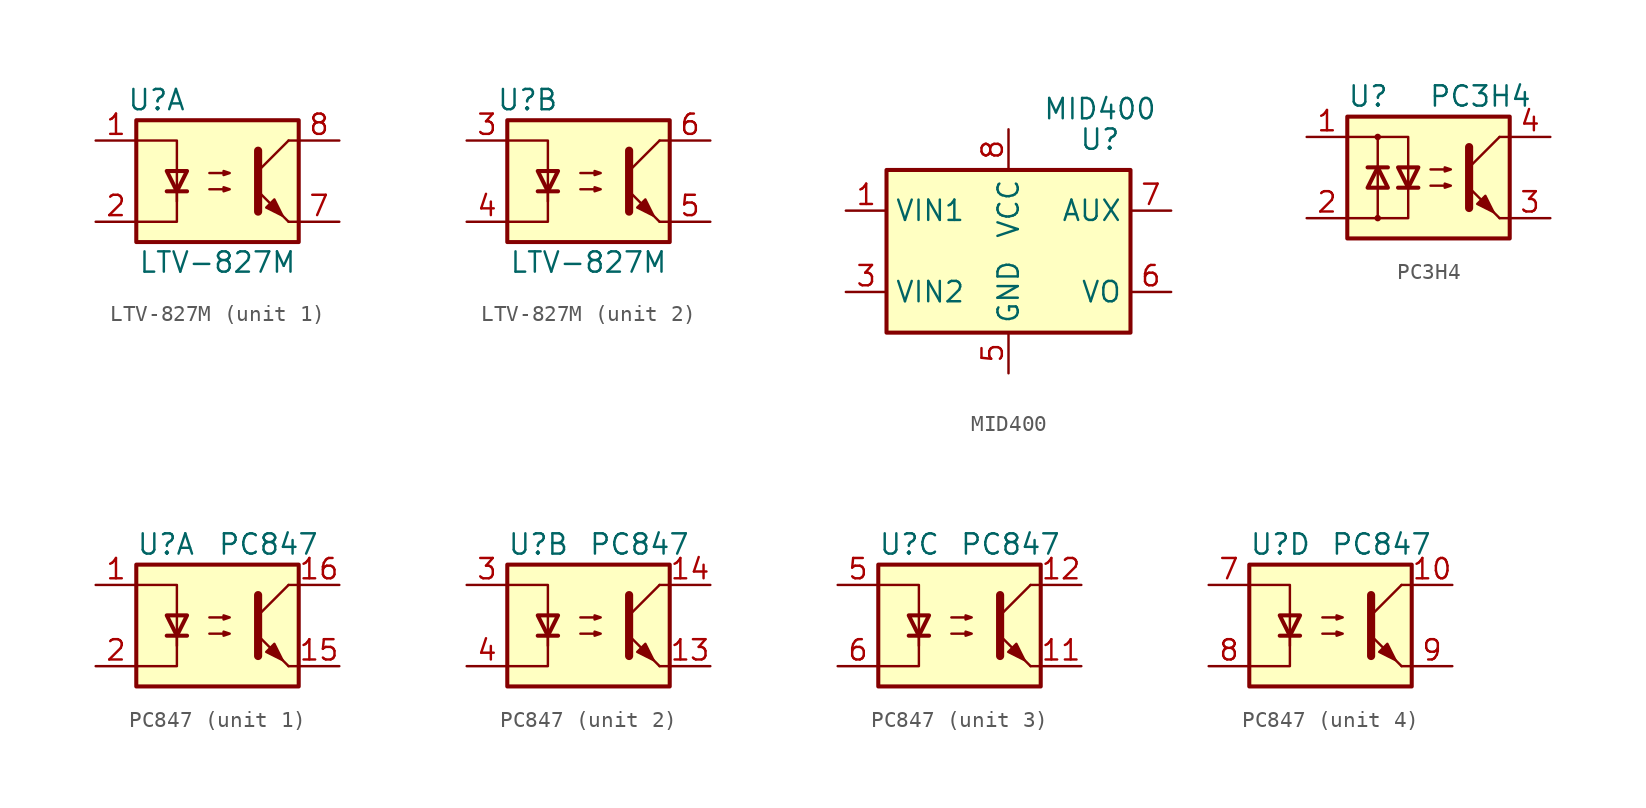
<source format=kicad_sym>
(kicad_symbol_lib
  (version 20220914)
  (generator kicad_symbol_editor)
  (symbol "LTV-827M"
    (pin_names
      (offset 1.016))
    (property "Reference" "U"
      (at -3.81 5.08 0)
      (effects (font (size 1.27 1.27))))
    (property "Value" "LTV-827M"
      (at 0 -5.08 0)
      (effects (font (size 1.27 1.27))))
    (symbol "LTV-827M_0_1"
      (rectangle (start -5.08 3.81) (end 5.08 -3.81) (stroke (width 0.254) (type default)) (fill (type background)))
      (polyline (pts (xy -3.175 -0.635) (xy -1.905 -0.635)) (stroke (width 0.254) (type default)) (fill (type none)))
      (polyline (pts (xy 2.54 0.635) (xy 4.445 2.54)) (stroke (width 0) (type default)) (fill (type none)))
      (polyline (pts (xy 4.445 -2.54) (xy 2.54 -0.635)) (stroke (width 0) (type default)) (fill (type outline)))
      (polyline (pts (xy 4.445 -2.54) (xy 5.08 -2.54)) (stroke (width 0) (type default)) (fill (type none)))
      (polyline (pts (xy 4.445 2.54) (xy 5.08 2.54)) (stroke (width 0) (type default)) (fill (type none)))
      (polyline (pts (xy -2.54 -0.635) (xy -2.54 -2.54) (xy -5.08 -2.54)) (stroke (width 0) (type default)) (fill (type none)))
      (polyline (pts (xy 2.54 1.905) (xy 2.54 -1.905) (xy 2.54 -1.905)) (stroke (width 0.508) (type default)) (fill (type none)))
      (polyline (pts (xy -5.08 2.54) (xy -2.54 2.54) (xy -2.54 -1.27) (xy -2.54 0.635)) (stroke (width 0) (type default)) (fill (type none)))
      (polyline (pts (xy -2.54 -0.635) (xy -3.175 0.635) (xy -1.905 0.635) (xy -2.54 -0.635)) (stroke (width 0.254) (type default)) (fill (type none)))
      (polyline (pts (xy -0.508 -0.508) (xy 0.762 -0.508) (xy 0.381 -0.635) (xy 0.381 -0.381) (xy 0.762 -0.508)) (stroke (width 0) (type default)) (fill (type none)))
      (polyline (pts (xy -0.508 0.508) (xy 0.762 0.508) (xy 0.381 0.381) (xy 0.381 0.635) (xy 0.762 0.508)) (stroke (width 0) (type default)) (fill (type none)))
      (polyline (pts (xy 3.048 -1.651) (xy 3.556 -1.143) (xy 4.064 -2.159) (xy 3.048 -1.651) (xy 3.048 -1.651)) (stroke (width 0) (type default)) (fill (type outline))))
    (symbol "LTV-827M_1_1"
      (pin passive line (at -7.62 2.54 0) (length 2.54) (name "~" (effects (font (size 1.27 1.27)))) (number "1" (effects (font (size 1.27 1.27)))))
      (pin passive line (at -7.62 -2.54 0) (length 2.54) (name "~" (effects (font (size 1.27 1.27)))) (number "2" (effects (font (size 1.27 1.27)))))
      (pin passive line (at 7.62 -2.54 180) (length 2.54) (name "~" (effects (font (size 1.27 1.27)))) (number "7" (effects (font (size 1.27 1.27)))))
      (pin passive line (at 7.62 2.54 180) (length 2.54) (name "~" (effects (font (size 1.27 1.27)))) (number "8" (effects (font (size 1.27 1.27))))))
    (symbol "LTV-827M_2_1"
      (pin passive line (at -7.62 2.54 0) (length 2.54) (name "~" (effects (font (size 1.27 1.27)))) (number "3" (effects (font (size 1.27 1.27)))))
      (pin passive line (at -7.62 -2.54 0) (length 2.54) (name "~" (effects (font (size 1.27 1.27)))) (number "4" (effects (font (size 1.27 1.27)))))
      (pin passive line (at 7.62 -2.54 180) (length 2.54) (name "~" (effects (font (size 1.27 1.27)))) (number "5" (effects (font (size 1.27 1.27)))))
      (pin passive line (at 7.62 2.54 180) (length 2.54) (name "~" (effects (font (size 1.27 1.27)))) (number "6" (effects (font (size 1.27 1.27)))))))
  (symbol "MID400"
    (property "Reference" "U"
      (at 5.715 6.985 0)
      (effects (font (size 1.27 1.27))))
    (property "Value" "MID400"
      (at 5.715 8.89 0)
      (effects (font (size 1.27 1.27))))
    (symbol "MID400_0_1"
      (rectangle (start -7.62 5.08) (end 7.62 -5.08) (stroke (width 0.254) (type default)) (fill (type background))))
    (symbol "MID400_1_1"
      (pin input line (at -10.16 2.54 0) (length 2.54) (name "VIN1" (effects (font (size 1.27 1.27)))) (number "1" (effects (font (size 1.27 1.27)))))
      (pin no_connect line (at -7.62 0 0) (length 2.54) hide (name "NC" (effects (font (size 1.27 1.27)))) (number "2" (effects (font (size 1.27 1.27)))))
      (pin input line (at -10.16 -2.54 0) (length 2.54) (name "VIN2" (effects (font (size 1.27 1.27)))) (number "3" (effects (font (size 1.27 1.27)))))
      (pin no_connect line (at 7.62 0 180) (length 2.54) hide (name "NC" (effects (font (size 1.27 1.27)))) (number "4" (effects (font (size 1.27 1.27)))))
      (pin power_in line (at 0 -7.62 90) (length 2.54) (name "GND" (effects (font (size 1.27 1.27)))) (number "5" (effects (font (size 1.27 1.27)))))
      (pin open_collector line (at 10.16 -2.54 180) (length 2.54) (name "VO" (effects (font (size 1.27 1.27)))) (number "6" (effects (font (size 1.27 1.27)))))
      (pin passive line (at 10.16 2.54 180) (length 2.54) (name "AUX" (effects (font (size 1.27 1.27)))) (number "7" (effects (font (size 1.27 1.27)))))
      (pin power_in line (at 0 7.62 270) (length 2.54) (name "VCC" (effects (font (size 1.27 1.27)))) (number "8" (effects (font (size 1.27 1.27)))))))
  (symbol "PC3H4"
    (pin_names
      (offset 1.016))
    (property "Reference" "U"
      (at -5.08 5.08 0)
      (effects (font (size 1.27 1.27)) (justify left)))
    (property "Value" "PC3H4"
      (at 0 5.08 0)
      (effects (font (size 1.27 1.27)) (justify left)))
    (symbol "PC3H4_0_1"
      (rectangle (start -5.08 3.81) (end 5.08 -3.81) (stroke (width 0.254) (type default)) (fill (type background)))
      (circle (center -3.175 -2.54) (radius 0.127) (stroke (width 0) (type default)) (fill (type none)))
      (circle (center -3.175 2.54) (radius 0.127) (stroke (width 0) (type default)) (fill (type none)))
      (polyline (pts (xy -3.81 0.635) (xy -2.54 0.635)) (stroke (width 0.254) (type default)) (fill (type none)))
      (polyline (pts (xy -3.175 -0.635) (xy -3.175 -2.54)) (stroke (width 0) (type default)) (fill (type none)))
      (polyline (pts (xy -3.175 -0.635) (xy -3.175 2.54)) (stroke (width 0) (type default)) (fill (type none)))
      (polyline (pts (xy -1.905 -0.635) (xy -0.635 -0.635)) (stroke (width 0.254) (type default)) (fill (type none)))
      (polyline (pts (xy 2.54 0.635) (xy 4.445 2.54)) (stroke (width 0) (type default)) (fill (type none)))
      (polyline (pts (xy 4.445 -2.54) (xy 2.54 -0.635)) (stroke (width 0) (type default)) (fill (type outline)))
      (polyline (pts (xy 4.445 -2.54) (xy 5.08 -2.54)) (stroke (width 0) (type default)) (fill (type none)))
      (polyline (pts (xy 4.445 2.54) (xy 5.08 2.54)) (stroke (width 0) (type default)) (fill (type none)))
      (polyline (pts (xy -5.08 2.54) (xy -1.27 2.54) (xy -1.27 -0.635)) (stroke (width 0) (type default)) (fill (type none)))
      (polyline (pts (xy -1.27 -0.635) (xy -1.27 -2.54) (xy -5.08 -2.54)) (stroke (width 0) (type default)) (fill (type none)))
      (polyline (pts (xy 2.54 1.905) (xy 2.54 -1.905) (xy 2.54 -1.905)) (stroke (width 0.508) (type default)) (fill (type none)))
      (polyline (pts (xy -3.175 0.635) (xy -3.81 -0.635) (xy -2.54 -0.635) (xy -3.175 0.635)) (stroke (width 0.254) (type default)) (fill (type none)))
      (polyline (pts (xy -1.27 -0.635) (xy -1.905 0.635) (xy -0.635 0.635) (xy -1.27 -0.635)) (stroke (width 0.254) (type default)) (fill (type none)))
      (polyline (pts (xy 0.127 -0.508) (xy 1.397 -0.508) (xy 1.016 -0.635) (xy 1.016 -0.381) (xy 1.397 -0.508)) (stroke (width 0) (type default)) (fill (type none)))
      (polyline (pts (xy 0.127 0.508) (xy 1.397 0.508) (xy 1.016 0.381) (xy 1.016 0.635) (xy 1.397 0.508)) (stroke (width 0) (type default)) (fill (type none)))
      (polyline (pts (xy 3.048 -1.651) (xy 3.556 -1.143) (xy 4.064 -2.159) (xy 3.048 -1.651) (xy 3.048 -1.651)) (stroke (width 0) (type default)) (fill (type outline))))
    (symbol "PC3H4_1_1"
      (pin passive line (at -7.62 2.54 0) (length 2.54) (name "~" (effects (font (size 1.27 1.27)))) (number "1" (effects (font (size 1.27 1.27)))))
      (pin passive line (at -7.62 -2.54 0) (length 2.54) (name "~" (effects (font (size 1.27 1.27)))) (number "2" (effects (font (size 1.27 1.27)))))
      (pin passive line (at 7.62 -2.54 180) (length 2.54) (name "~" (effects (font (size 1.27 1.27)))) (number "3" (effects (font (size 1.27 1.27)))))
      (pin passive line (at 7.62 2.54 180) (length 2.54) (name "~" (effects (font (size 1.27 1.27)))) (number "4" (effects (font (size 1.27 1.27)))))))
  (symbol "PC847"
    (pin_names
      (offset 1.016))
    (property "Reference" "U"
      (at -5.08 5.08 0)
      (effects (font (size 1.27 1.27)) (justify left)))
    (property "Value" "PC847"
      (at 0 5.08 0)
      (effects (font (size 1.27 1.27)) (justify left)))
    (symbol "PC847_0_1"
      (rectangle (start -5.08 3.81) (end 5.08 -3.81) (stroke (width 0.254) (type default)) (fill (type background)))
      (polyline (pts (xy -3.175 -0.635) (xy -1.905 -0.635)) (stroke (width 0.254) (type default)) (fill (type none)))
      (polyline (pts (xy 2.54 0.635) (xy 4.445 2.54)) (stroke (width 0) (type default)) (fill (type none)))
      (polyline (pts (xy 4.445 -2.54) (xy 2.54 -0.635)) (stroke (width 0) (type default)) (fill (type outline)))
      (polyline (pts (xy 4.445 -2.54) (xy 5.08 -2.54)) (stroke (width 0) (type default)) (fill (type none)))
      (polyline (pts (xy 4.445 2.54) (xy 5.08 2.54)) (stroke (width 0) (type default)) (fill (type none)))
      (polyline (pts (xy -2.54 -0.635) (xy -2.54 -2.54) (xy -5.08 -2.54)) (stroke (width 0) (type default)) (fill (type none)))
      (polyline (pts (xy 2.54 1.905) (xy 2.54 -1.905) (xy 2.54 -1.905)) (stroke (width 0.508) (type default)) (fill (type none)))
      (polyline (pts (xy -5.08 2.54) (xy -2.54 2.54) (xy -2.54 -1.27) (xy -2.54 0.635)) (stroke (width 0) (type default)) (fill (type none)))
      (polyline (pts (xy -2.54 -0.635) (xy -3.175 0.635) (xy -1.905 0.635) (xy -2.54 -0.635)) (stroke (width 0.254) (type default)) (fill (type none)))
      (polyline (pts (xy -0.508 -0.508) (xy 0.762 -0.508) (xy 0.381 -0.635) (xy 0.381 -0.381) (xy 0.762 -0.508)) (stroke (width 0) (type default)) (fill (type none)))
      (polyline (pts (xy -0.508 0.508) (xy 0.762 0.508) (xy 0.381 0.381) (xy 0.381 0.635) (xy 0.762 0.508)) (stroke (width 0) (type default)) (fill (type none)))
      (polyline (pts (xy 3.048 -1.651) (xy 3.556 -1.143) (xy 4.064 -2.159) (xy 3.048 -1.651) (xy 3.048 -1.651)) (stroke (width 0) (type default)) (fill (type outline))))
    (symbol "PC847_1_1"
      (pin passive line (at -7.62 2.54 0) (length 2.54) (name "~" (effects (font (size 1.27 1.27)))) (number "1" (effects (font (size 1.27 1.27)))))
      (pin passive line (at 7.62 -2.54 180) (length 2.54) (name "~" (effects (font (size 1.27 1.27)))) (number "15" (effects (font (size 1.27 1.27)))))
      (pin passive line (at 7.62 2.54 180) (length 2.54) (name "~" (effects (font (size 1.27 1.27)))) (number "16" (effects (font (size 1.27 1.27)))))
      (pin passive line (at -7.62 -2.54 0) (length 2.54) (name "~" (effects (font (size 1.27 1.27)))) (number "2" (effects (font (size 1.27 1.27))))))
    (symbol "PC847_2_1"
      (pin passive line (at 7.62 -2.54 180) (length 2.54) (name "~" (effects (font (size 1.27 1.27)))) (number "13" (effects (font (size 1.27 1.27)))))
      (pin passive line (at 7.62 2.54 180) (length 2.54) (name "~" (effects (font (size 1.27 1.27)))) (number "14" (effects (font (size 1.27 1.27)))))
      (pin passive line (at -7.62 2.54 0) (length 2.54) (name "~" (effects (font (size 1.27 1.27)))) (number "3" (effects (font (size 1.27 1.27)))))
      (pin passive line (at -7.62 -2.54 0) (length 2.54) (name "~" (effects (font (size 1.27 1.27)))) (number "4" (effects (font (size 1.27 1.27))))))
    (symbol "PC847_3_1"
      (pin passive line (at 7.62 -2.54 180) (length 2.54) (name "~" (effects (font (size 1.27 1.27)))) (number "11" (effects (font (size 1.27 1.27)))))
      (pin passive line (at 7.62 2.54 180) (length 2.54) (name "~" (effects (font (size 1.27 1.27)))) (number "12" (effects (font (size 1.27 1.27)))))
      (pin passive line (at -7.62 2.54 0) (length 2.54) (name "~" (effects (font (size 1.27 1.27)))) (number "5" (effects (font (size 1.27 1.27)))))
      (pin passive line (at -7.62 -2.54 0) (length 2.54) (name "~" (effects (font (size 1.27 1.27)))) (number "6" (effects (font (size 1.27 1.27))))))
    (symbol "PC847_4_1"
      (pin passive line (at 7.62 2.54 180) (length 2.54) (name "~" (effects (font (size 1.27 1.27)))) (number "10" (effects (font (size 1.27 1.27)))))
      (pin passive line (at -7.62 2.54 0) (length 2.54) (name "~" (effects (font (size 1.27 1.27)))) (number "7" (effects (font (size 1.27 1.27)))))
      (pin passive line (at -7.62 -2.54 0) (length 2.54) (name "~" (effects (font (size 1.27 1.27)))) (number "8" (effects (font (size 1.27 1.27)))))
      (pin passive line (at 7.62 -2.54 180) (length 2.54) (name "~" (effects (font (size 1.27 1.27)))) (number "9" (effects (font (size 1.27 1.27))))))))
</source>
